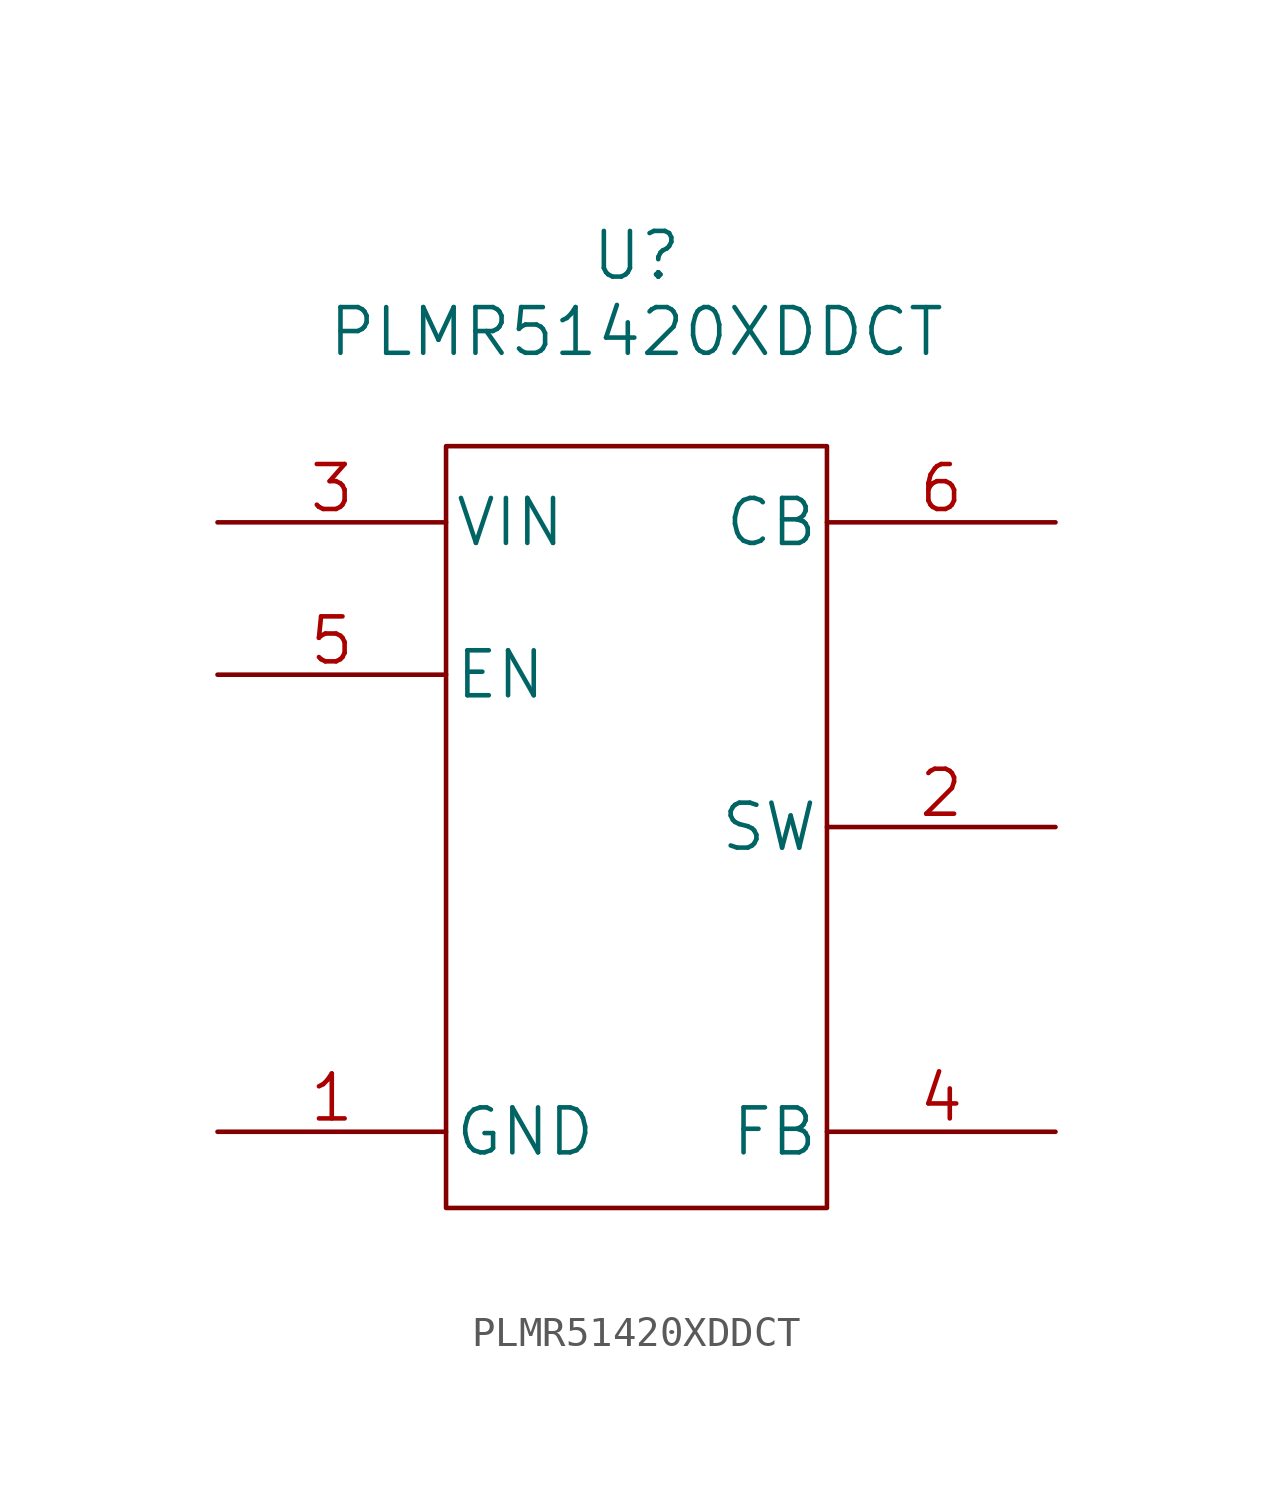
<source format=kicad_sym>
(kicad_symbol_lib
  (version 20211014)
  (generator kicad_symbol_editor)
  (symbol "PLMR51420XDDCT"
    (pin_names
      (offset 0.254))
    (property "Reference" "U"
      (at 0 11.43 0)
      (effects (font (size 1.524 1.524))))
    (property "Value" "PLMR51420XDDCT"
      (at 0 8.89 0)
      (effects (font (size 1.524 1.524))))
    (property "Datasheet" ""
      (at -13.97 0 0)
      (effects (font (size 1.524 1.524))))
    (symbol "PLMR51420XDDCT_1_1"
      (rectangle (start -6.35 5.08) (end 6.35 -20.32) (stroke (width 0) (type default) (color 0 0 0 0)) (fill (type none)))
      (pin power_in line (at -13.97 -17.78 0) (length 7.62) (name "GND" (effects (font (size 1.499 1.499)))) (number "1" (effects (font (size 1.499 1.499)))))
      (pin power_out line (at 13.97 -7.62 180) (length 7.62) (name "SW" (effects (font (size 1.499 1.499)))) (number "2" (effects (font (size 1.499 1.499)))))
      (pin power_in line (at -13.97 2.54 0) (length 7.62) (name "VIN" (effects (font (size 1.499 1.499)))) (number "3" (effects (font (size 1.499 1.499)))))
      (pin input line (at 13.97 -17.78 180) (length 7.62) (name "FB" (effects (font (size 1.499 1.499)))) (number "4" (effects (font (size 1.499 1.499)))))
      (pin input line (at -13.97 -2.54 0) (length 7.62) (name "EN" (effects (font (size 1.499 1.499)))) (number "5" (effects (font (size 1.499 1.499)))))
      (pin input line (at 13.97 2.54 180) (length 7.62) (name "CB" (effects (font (size 1.499 1.499)))) (number "6" (effects (font (size 1.499 1.499))))))))
</source>
